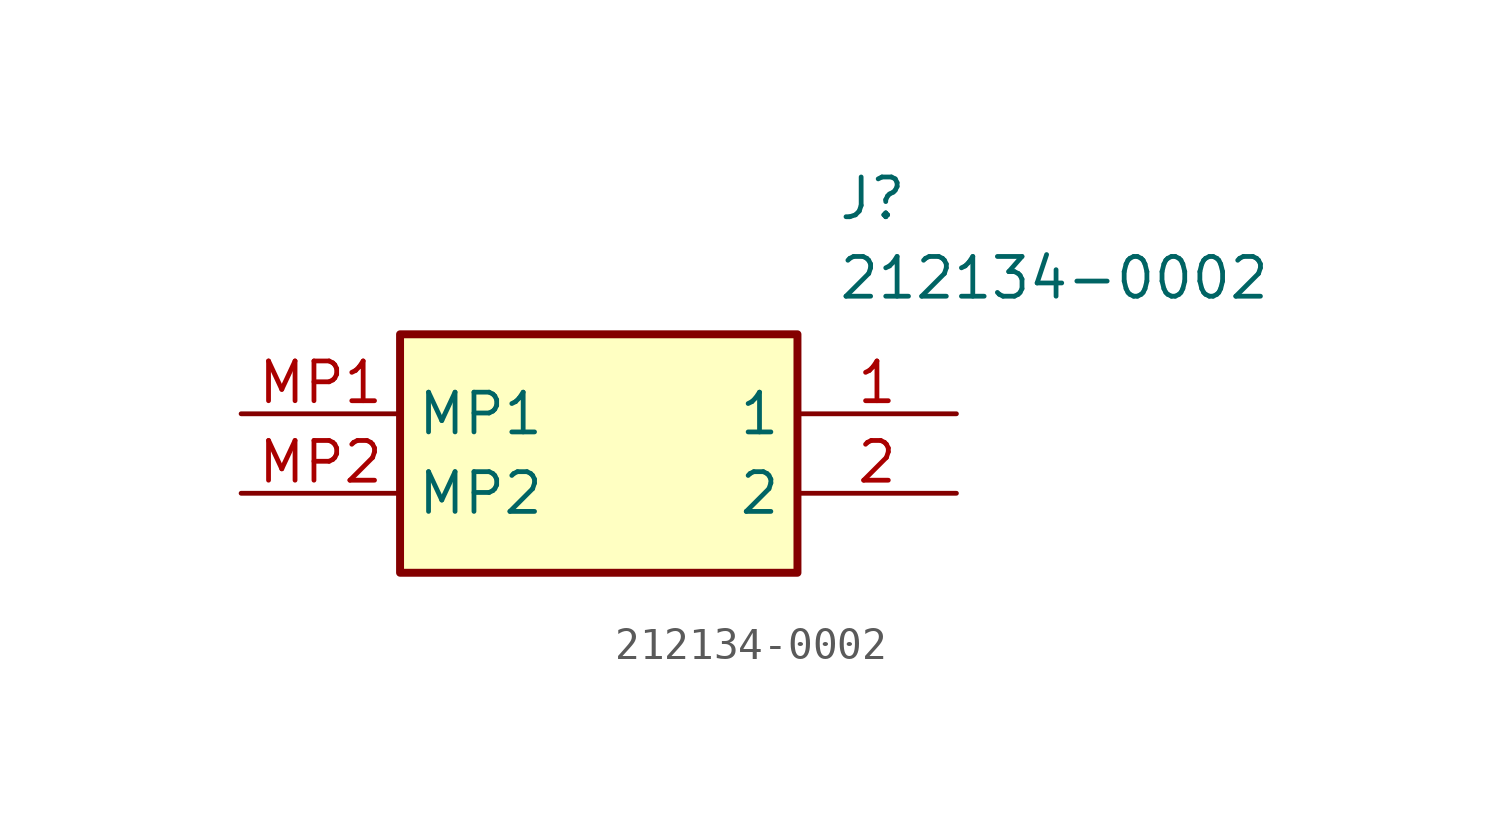
<source format=kicad_sym>
(kicad_symbol_lib
  (version 20211014)
  (generator SamacSys_ECAD_Model)
  (symbol "212134-0002"
    (property "Reference" "J"
      (at 19.05 7.62 0)
      (effects (font (size 1.27 1.27)) (justify left top)))
    (property "Value" "212134-0002"
      (at 19.05 5.08 0)
      (effects (font (size 1.27 1.27)) (justify left top)))
    (rectangle
      (start 5.08 2.54)
      (end 17.78 -5.08)
      (stroke (width 0.254) (type default))
      (fill (type background)))
    (pin passive line
      (at 22.86 0 180)
      (length 5.08)
      (name "1" (effects (font (size 1.27 1.27))))
      (number "1" (effects (font (size 1.27 1.27)))))
    (pin passive line
      (at 22.86 -2.54 180)
      (length 5.08)
      (name "2" (effects (font (size 1.27 1.27))))
      (number "2" (effects (font (size 1.27 1.27)))))
    (pin passive line
      (at 0 0 0)
      (length 5.08)
      (name "MP1" (effects (font (size 1.27 1.27))))
      (number "MP1" (effects (font (size 1.27 1.27)))))
    (pin passive line
      (at 0 -2.54 0)
      (length 5.08)
      (name "MP2" (effects (font (size 1.27 1.27))))
      (number "MP2" (effects (font (size 1.27 1.27)))))))
</source>
